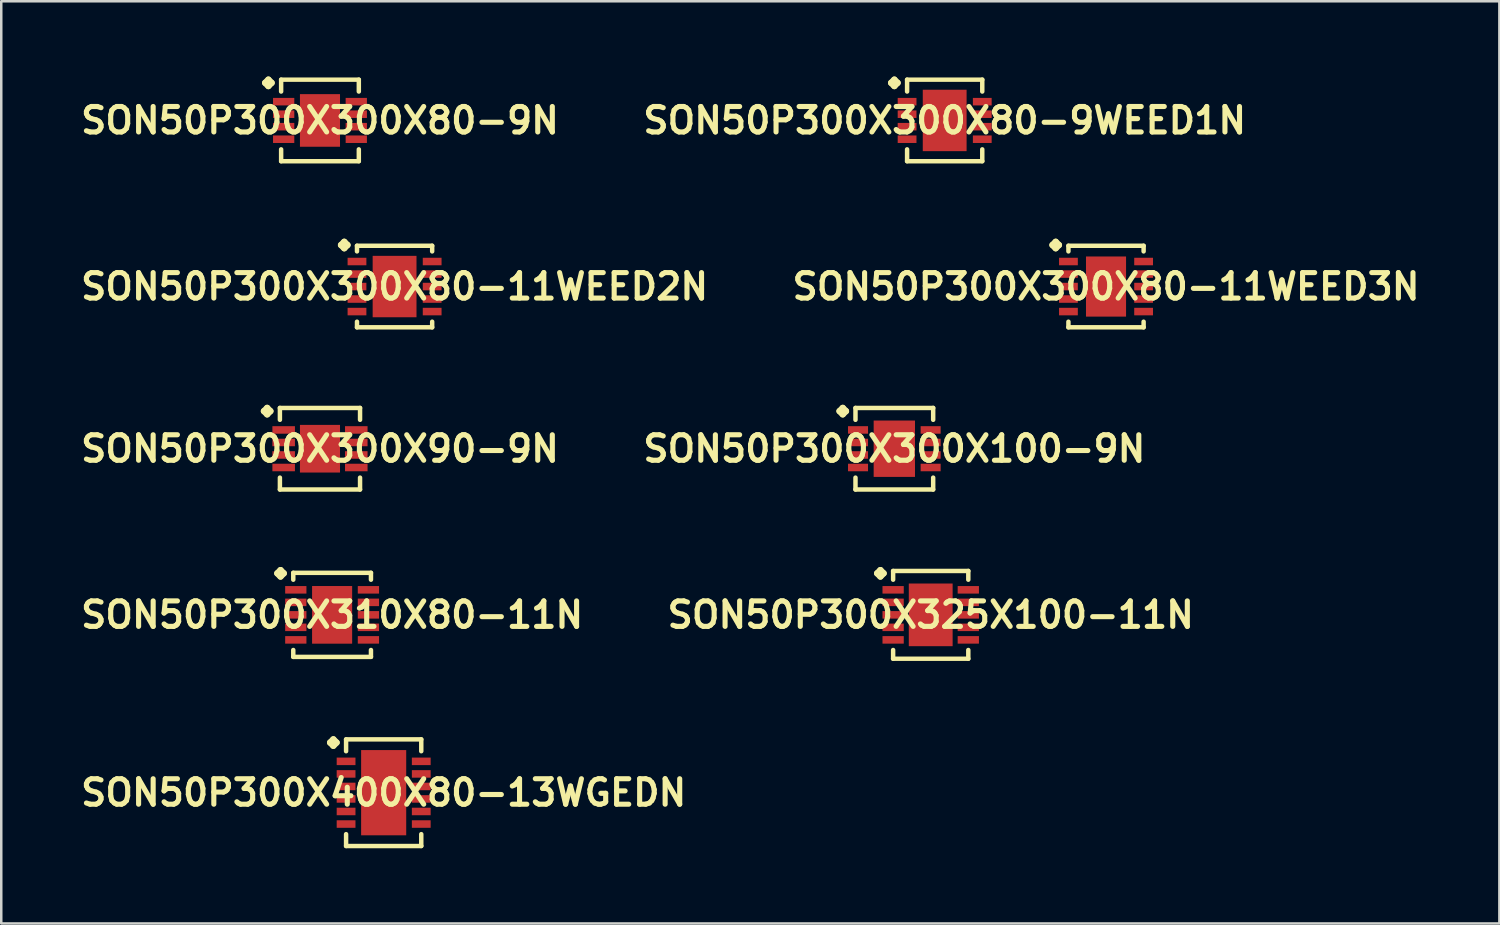
<source format=kicad_pcb>
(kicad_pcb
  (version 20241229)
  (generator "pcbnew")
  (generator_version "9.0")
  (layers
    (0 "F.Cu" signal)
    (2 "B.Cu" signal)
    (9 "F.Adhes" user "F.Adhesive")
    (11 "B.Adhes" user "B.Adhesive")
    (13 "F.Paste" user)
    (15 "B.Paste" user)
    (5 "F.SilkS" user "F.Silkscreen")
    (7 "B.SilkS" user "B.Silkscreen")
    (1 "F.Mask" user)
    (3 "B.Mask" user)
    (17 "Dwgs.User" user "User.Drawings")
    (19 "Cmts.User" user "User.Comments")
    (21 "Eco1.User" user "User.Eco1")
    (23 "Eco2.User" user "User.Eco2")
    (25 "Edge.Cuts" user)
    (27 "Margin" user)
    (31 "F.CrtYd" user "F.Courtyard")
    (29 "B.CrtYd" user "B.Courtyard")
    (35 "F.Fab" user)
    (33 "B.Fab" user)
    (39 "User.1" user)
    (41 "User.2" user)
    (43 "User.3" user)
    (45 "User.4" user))
  (footprint "SON50P300X300X80-9WEED1N"
    (layer "F.Cu")
    (at 34.622 1.753)
    (property "Reference" "SON50P300X300X80-9WEED1N" (at 0 0 0) (layer "F.SilkS") (effects (font (size 1.016 1.016) (thickness 0.203))))
    (attr smd)
    (fp_line (start -2.134 -1.499) (end -2.007 -1.626) (stroke (width 0.254) (type solid)) (layer "F.SilkS"))
    (fp_line (start -2.007 -1.626) (end -1.88 -1.499) (stroke (width 0.254) (type solid)) (layer "F.SilkS"))
    (fp_line (start -2.007 -1.372) (end -2.134 -1.499) (stroke (width 0.254) (type solid)) (layer "F.SilkS"))
    (fp_line (start -1.88 -1.499) (end -2.007 -1.372) (stroke (width 0.254) (type solid)) (layer "F.SilkS"))
    (fp_line (start -1.499 -1.626) (end 1.499 -1.626) (stroke (width 0.178) (type solid)) (layer "F.SilkS"))
    (fp_line (start -1.499 -1.153) (end -1.499 -1.626) (stroke (width 0.178) (type solid)) (layer "F.SilkS"))
    (fp_line (start -1.499 1.153) (end -1.499 1.626) (stroke (width 0.178) (type solid)) (layer "F.SilkS"))
    (fp_line (start -1.499 1.626) (end 1.499 1.626) (stroke (width 0.178) (type solid)) (layer "F.SilkS"))
    (fp_line (start 1.499 -1.626) (end 1.499 -1.153) (stroke (width 0.178) (type solid)) (layer "F.SilkS"))
    (fp_line (start 1.499 1.626) (end 1.499 1.153) (stroke (width 0.178) (type solid)) (layer "F.SilkS"))
    (pad "1" smd rect (at -1.499 -0.749) (size 0.749 0.3) (layers "F.Cu" "F.Mask" "F.Paste"))
    (pad "2" smd rect (at -1.499 -0.249) (size 0.749 0.3) (layers "F.Cu" "F.Mask" "F.Paste"))
    (pad "3" smd rect (at -1.499 0.249) (size 0.749 0.3) (layers "F.Cu" "F.Mask" "F.Paste"))
    (pad "4" smd rect (at -1.499 0.749) (size 0.749 0.3) (layers "F.Cu" "F.Mask" "F.Paste"))
    (pad "5" smd rect (at 1.499 0.749) (size 0.749 0.3) (layers "F.Cu" "F.Mask" "F.Paste"))
    (pad "6" smd rect (at 1.499 0.249) (size 0.749 0.3) (layers "F.Cu" "F.Mask" "F.Paste"))
    (pad "7" smd rect (at 1.499 -0.249) (size 0.749 0.3) (layers "F.Cu" "F.Mask" "F.Paste"))
    (pad "8" smd rect (at 1.499 -0.749) (size 0.749 0.3) (layers "F.Cu" "F.Mask" "F.Paste"))
    (pad "9" smd rect (at 0 0) (size 1.748 2.449) (layers "F.Cu" "F.Mask" "F.Paste")))
  (footprint "SON50P300X300X100-9N"
    (layer "F.Cu")
    (at 32.614 14.844)
    (property "Reference" "SON50P300X300X100-9N" (at 0 0 0) (layer "F.SilkS") (effects (font (size 1.016 1.016) (thickness 0.203))))
    (attr smd)
    (fp_line (start -2.184 -1.499) (end -2.057 -1.626) (stroke (width 0.254) (type solid)) (layer "F.SilkS"))
    (fp_line (start -2.057 -1.626) (end -1.93 -1.499) (stroke (width 0.254) (type solid)) (layer "F.SilkS"))
    (fp_line (start -2.057 -1.372) (end -2.184 -1.499) (stroke (width 0.254) (type solid)) (layer "F.SilkS"))
    (fp_line (start -1.93 -1.499) (end -2.057 -1.372) (stroke (width 0.254) (type solid)) (layer "F.SilkS"))
    (fp_line (start -1.549 -1.626) (end 1.549 -1.626) (stroke (width 0.178) (type solid)) (layer "F.SilkS"))
    (fp_line (start -1.549 -1.153) (end -1.549 -1.626) (stroke (width 0.178) (type solid)) (layer "F.SilkS"))
    (fp_line (start -1.549 1.153) (end -1.549 1.626) (stroke (width 0.178) (type solid)) (layer "F.SilkS"))
    (fp_line (start -1.549 1.626) (end 1.549 1.626) (stroke (width 0.178) (type solid)) (layer "F.SilkS"))
    (fp_line (start 1.549 -1.626) (end 1.549 -1.153) (stroke (width 0.178) (type solid)) (layer "F.SilkS"))
    (fp_line (start 1.549 1.626) (end 1.549 1.153) (stroke (width 0.178) (type solid)) (layer "F.SilkS"))
    (pad "1" smd rect (at -1.448 -0.749) (size 0.798 0.3) (layers "F.Cu" "F.Mask" "F.Paste"))
    (pad "2" smd rect (at -1.448 -0.249) (size 0.798 0.3) (layers "F.Cu" "F.Mask" "F.Paste"))
    (pad "3" smd rect (at -1.448 0.249) (size 0.798 0.3) (layers "F.Cu" "F.Mask" "F.Paste"))
    (pad "4" smd rect (at -1.448 0.749) (size 0.798 0.3) (layers "F.Cu" "F.Mask" "F.Paste"))
    (pad "5" smd rect (at 1.448 0.749) (size 0.798 0.3) (layers "F.Cu" "F.Mask" "F.Paste"))
    (pad "6" smd rect (at 1.448 0.249) (size 0.798 0.3) (layers "F.Cu" "F.Mask" "F.Paste"))
    (pad "7" smd rect (at 1.448 -0.249) (size 0.798 0.3) (layers "F.Cu" "F.Mask" "F.Paste"))
    (pad "8" smd rect (at 1.448 -0.749) (size 0.798 0.3) (layers "F.Cu" "F.Mask" "F.Paste"))
    (pad "9" smd rect (at 0 0) (size 1.648 2.248) (layers "F.Cu" "F.Mask" "F.Paste")))
  (footprint "SON50P300X300X80-11WEED3N"
    (layer "F.Cu")
    (at 41.056 8.377)
    (property "Reference" "SON50P300X300X80-11WEED3N" (at 0 0 0) (layer "F.SilkS") (effects (font (size 1.016 1.016) (thickness 0.203))))
    (attr smd)
    (fp_line (start -2.134 -1.656) (end -2.007 -1.783) (stroke (width 0.254) (type solid)) (layer "F.SilkS"))
    (fp_line (start -2.007 -1.783) (end -1.88 -1.656) (stroke (width 0.254) (type solid)) (layer "F.SilkS"))
    (fp_line (start -2.007 -1.529) (end -2.134 -1.656) (stroke (width 0.254) (type solid)) (layer "F.SilkS"))
    (fp_line (start -1.88 -1.656) (end -2.007 -1.529) (stroke (width 0.254) (type solid)) (layer "F.SilkS"))
    (fp_line (start -1.499 -1.626) (end 1.499 -1.626) (stroke (width 0.178) (type solid)) (layer "F.SilkS"))
    (fp_line (start -1.499 -1.402) (end -1.499 -1.626) (stroke (width 0.178) (type solid)) (layer "F.SilkS"))
    (fp_line (start -1.499 1.402) (end -1.499 1.626) (stroke (width 0.178) (type solid)) (layer "F.SilkS"))
    (fp_line (start -1.499 1.626) (end 1.499 1.626) (stroke (width 0.178) (type solid)) (layer "F.SilkS"))
    (fp_line (start 1.499 -1.626) (end 1.499 -1.402) (stroke (width 0.178) (type solid)) (layer "F.SilkS"))
    (fp_line (start 1.499 1.626) (end 1.499 1.402) (stroke (width 0.178) (type solid)) (layer "F.SilkS"))
    (pad "1" smd rect (at -1.499 -0.998) (size 0.749 0.3) (layers "F.Cu" "F.Mask" "F.Paste"))
    (pad "2" smd rect (at -1.499 -0.498) (size 0.749 0.3) (layers "F.Cu" "F.Mask" "F.Paste"))
    (pad "3" smd rect (at -1.499 0) (size 0.749 0.3) (layers "F.Cu" "F.Mask" "F.Paste"))
    (pad "4" smd rect (at -1.499 0.498) (size 0.749 0.3) (layers "F.Cu" "F.Mask" "F.Paste"))
    (pad "5" smd rect (at -1.499 0.998) (size 0.749 0.3) (layers "F.Cu" "F.Mask" "F.Paste"))
    (pad "6" smd rect (at 1.499 0.998) (size 0.749 0.3) (layers "F.Cu" "F.Mask" "F.Paste"))
    (pad "7" smd rect (at 1.499 0.498) (size 0.749 0.3) (layers "F.Cu" "F.Mask" "F.Paste"))
    (pad "8" smd rect (at 1.499 0) (size 0.749 0.3) (layers "F.Cu" "F.Mask" "F.Paste"))
    (pad "9" smd rect (at 1.499 -0.498) (size 0.749 0.3) (layers "F.Cu" "F.Mask" "F.Paste"))
    (pad "10" smd rect (at 1.499 -0.998) (size 0.749 0.3) (layers "F.Cu" "F.Mask" "F.Paste"))
    (pad "11" smd rect (at 0 0) (size 1.598 2.398) (layers "F.Cu" "F.Mask" "F.Paste")))
  (footprint "SON50P300X310X80-11N"
    (layer "F.Cu")
    (at 10.194 21.469)
    (property "Reference" "SON50P300X310X80-11N" (at 0 0 0) (layer "F.SilkS") (effects (font (size 1.016 1.016) (thickness 0.203))))
    (attr smd)
    (fp_line (start -2.184 -1.656) (end -2.057 -1.783) (stroke (width 0.254) (type solid)) (layer "F.SilkS"))
    (fp_line (start -2.057 -1.783) (end -1.93 -1.656) (stroke (width 0.254) (type solid)) (layer "F.SilkS"))
    (fp_line (start -2.057 -1.529) (end -2.184 -1.656) (stroke (width 0.254) (type solid)) (layer "F.SilkS"))
    (fp_line (start -1.93 -1.656) (end -2.057 -1.529) (stroke (width 0.254) (type solid)) (layer "F.SilkS"))
    (fp_line (start -1.549 -1.676) (end 1.549 -1.676) (stroke (width 0.178) (type solid)) (layer "F.SilkS"))
    (fp_line (start -1.549 -1.402) (end -1.549 -1.676) (stroke (width 0.178) (type solid)) (layer "F.SilkS"))
    (fp_line (start -1.549 1.402) (end -1.549 1.676) (stroke (width 0.178) (type solid)) (layer "F.SilkS"))
    (fp_line (start -1.549 1.676) (end 1.549 1.676) (stroke (width 0.178) (type solid)) (layer "F.SilkS"))
    (fp_line (start 1.549 -1.676) (end 1.549 -1.402) (stroke (width 0.178) (type solid)) (layer "F.SilkS"))
    (fp_line (start 1.549 1.676) (end 1.549 1.402) (stroke (width 0.178) (type solid)) (layer "F.SilkS"))
    (pad "1" smd rect (at -1.448 -0.998) (size 0.848 0.3) (layers "F.Cu" "F.Mask" "F.Paste"))
    (pad "2" smd rect (at -1.448 -0.498) (size 0.848 0.3) (layers "F.Cu" "F.Mask" "F.Paste"))
    (pad "3" smd rect (at -1.448 0) (size 0.848 0.3) (layers "F.Cu" "F.Mask" "F.Paste"))
    (pad "4" smd rect (at -1.448 0.498) (size 0.848 0.3) (layers "F.Cu" "F.Mask" "F.Paste"))
    (pad "5" smd rect (at -1.448 0.998) (size 0.848 0.3) (layers "F.Cu" "F.Mask" "F.Paste"))
    (pad "6" smd rect (at 1.448 0.998) (size 0.848 0.3) (layers "F.Cu" "F.Mask" "F.Paste"))
    (pad "7" smd rect (at 1.448 0.498) (size 0.848 0.3) (layers "F.Cu" "F.Mask" "F.Paste"))
    (pad "8" smd rect (at 1.448 0) (size 0.848 0.3) (layers "F.Cu" "F.Mask" "F.Paste"))
    (pad "9" smd rect (at 1.448 -0.498) (size 0.848 0.3) (layers "F.Cu" "F.Mask" "F.Paste"))
    (pad "10" smd rect (at 1.448 -0.998) (size 0.848 0.3) (layers "F.Cu" "F.Mask" "F.Paste"))
    (pad "11" smd rect (at 0 0) (size 1.598 2.299) (layers "F.Cu" "F.Mask" "F.Paste")))
  (footprint "SON50P300X300X90-9N"
    (layer "F.Cu")
    (at 9.71 14.844)
    (property "Reference" "SON50P300X300X90-9N" (at 0 0 0) (layer "F.SilkS") (effects (font (size 1.016 1.016) (thickness 0.203))))
    (attr smd)
    (fp_line (start -2.233 -1.499) (end -2.106 -1.626) (stroke (width 0.254) (type solid)) (layer "F.SilkS"))
    (fp_line (start -2.106 -1.626) (end -1.979 -1.499) (stroke (width 0.254) (type solid)) (layer "F.SilkS"))
    (fp_line (start -2.106 -1.372) (end -2.233 -1.499) (stroke (width 0.254) (type solid)) (layer "F.SilkS"))
    (fp_line (start -1.979 -1.499) (end -2.106 -1.372) (stroke (width 0.254) (type solid)) (layer "F.SilkS"))
    (fp_line (start -1.598 -1.626) (end 1.598 -1.626) (stroke (width 0.178) (type solid)) (layer "F.SilkS"))
    (fp_line (start -1.598 -1.153) (end -1.598 -1.626) (stroke (width 0.178) (type solid)) (layer "F.SilkS"))
    (fp_line (start -1.598 1.153) (end -1.598 1.626) (stroke (width 0.178) (type solid)) (layer "F.SilkS"))
    (fp_line (start -1.598 1.626) (end 1.598 1.626) (stroke (width 0.178) (type solid)) (layer "F.SilkS"))
    (fp_line (start 1.598 -1.626) (end 1.598 -1.153) (stroke (width 0.178) (type solid)) (layer "F.SilkS"))
    (fp_line (start 1.598 1.626) (end 1.598 1.153) (stroke (width 0.178) (type solid)) (layer "F.SilkS"))
    (pad "1" smd rect (at -1.448 -0.749) (size 0.899 0.3) (layers "F.Cu" "F.Mask" "F.Paste"))
    (pad "2" smd rect (at -1.448 -0.249) (size 0.899 0.3) (layers "F.Cu" "F.Mask" "F.Paste"))
    (pad "3" smd rect (at -1.448 0.249) (size 0.899 0.3) (layers "F.Cu" "F.Mask" "F.Paste"))
    (pad "4" smd rect (at -1.448 0.749) (size 0.899 0.3) (layers "F.Cu" "F.Mask" "F.Paste"))
    (pad "5" smd rect (at 1.448 0.749) (size 0.899 0.3) (layers "F.Cu" "F.Mask" "F.Paste"))
    (pad "6" smd rect (at 1.448 0.249) (size 0.899 0.3) (layers "F.Cu" "F.Mask" "F.Paste"))
    (pad "7" smd rect (at 1.448 -0.249) (size 0.899 0.3) (layers "F.Cu" "F.Mask" "F.Paste"))
    (pad "8" smd rect (at 1.448 -0.749) (size 0.899 0.3) (layers "F.Cu" "F.Mask" "F.Paste"))
    (pad "9" smd rect (at 0 0) (size 1.598 1.9) (layers "F.Cu" "F.Mask" "F.Paste")))
  (footprint "SON50P300X300X80-11WEED2N"
    (layer "F.Cu")
    (at 12.685 8.377)
    (property "Reference" "SON50P300X300X80-11WEED2N" (at 0 0 0) (layer "F.SilkS") (effects (font (size 1.016 1.016) (thickness 0.203))))
    (attr smd)
    (fp_line (start -2.134 -1.656) (end -2.007 -1.783) (stroke (width 0.254) (type solid)) (layer "F.SilkS"))
    (fp_line (start -2.007 -1.783) (end -1.88 -1.656) (stroke (width 0.254) (type solid)) (layer "F.SilkS"))
    (fp_line (start -2.007 -1.529) (end -2.134 -1.656) (stroke (width 0.254) (type solid)) (layer "F.SilkS"))
    (fp_line (start -1.88 -1.656) (end -2.007 -1.529) (stroke (width 0.254) (type solid)) (layer "F.SilkS"))
    (fp_line (start -1.499 -1.626) (end 1.499 -1.626) (stroke (width 0.178) (type solid)) (layer "F.SilkS"))
    (fp_line (start -1.499 -1.402) (end -1.499 -1.626) (stroke (width 0.178) (type solid)) (layer "F.SilkS"))
    (fp_line (start -1.499 1.402) (end -1.499 1.626) (stroke (width 0.178) (type solid)) (layer "F.SilkS"))
    (fp_line (start -1.499 1.626) (end 1.499 1.626) (stroke (width 0.178) (type solid)) (layer "F.SilkS"))
    (fp_line (start 1.499 -1.626) (end 1.499 -1.402) (stroke (width 0.178) (type solid)) (layer "F.SilkS"))
    (fp_line (start 1.499 1.626) (end 1.499 1.402) (stroke (width 0.178) (type solid)) (layer "F.SilkS"))
    (pad "1" smd rect (at -1.499 -0.998) (size 0.749 0.3) (layers "F.Cu" "F.Mask" "F.Paste"))
    (pad "2" smd rect (at -1.499 -0.498) (size 0.749 0.3) (layers "F.Cu" "F.Mask" "F.Paste"))
    (pad "3" smd rect (at -1.499 0) (size 0.749 0.3) (layers "F.Cu" "F.Mask" "F.Paste"))
    (pad "4" smd rect (at -1.499 0.498) (size 0.749 0.3) (layers "F.Cu" "F.Mask" "F.Paste"))
    (pad "5" smd rect (at -1.499 0.998) (size 0.749 0.3) (layers "F.Cu" "F.Mask" "F.Paste"))
    (pad "6" smd rect (at 1.499 0.998) (size 0.749 0.3) (layers "F.Cu" "F.Mask" "F.Paste"))
    (pad "7" smd rect (at 1.499 0.498) (size 0.749 0.3) (layers "F.Cu" "F.Mask" "F.Paste"))
    (pad "8" smd rect (at 1.499 0) (size 0.749 0.3) (layers "F.Cu" "F.Mask" "F.Paste"))
    (pad "9" smd rect (at 1.499 -0.498) (size 0.749 0.3) (layers "F.Cu" "F.Mask" "F.Paste"))
    (pad "10" smd rect (at 1.499 -0.998) (size 0.749 0.3) (layers "F.Cu" "F.Mask" "F.Paste"))
    (pad "11" smd rect (at 0 0) (size 1.748 2.449) (layers "F.Cu" "F.Mask" "F.Paste")))
  (footprint "SON50P300X400X80-13WGEDN"
    (layer "F.Cu")
    (at 12.25 28.561)
    (property "Reference" "SON50P300X400X80-13WGEDN" (at 0 0 0) (layer "F.SilkS") (effects (font (size 1.016 1.016) (thickness 0.203))))
    (attr smd)
    (fp_line (start -2.134 -1.999) (end -2.007 -2.126) (stroke (width 0.254) (type solid)) (layer "F.SilkS"))
    (fp_line (start -2.007 -2.126) (end -1.88 -1.999) (stroke (width 0.254) (type solid)) (layer "F.SilkS"))
    (fp_line (start -2.007 -1.872) (end -2.134 -1.999) (stroke (width 0.254) (type solid)) (layer "F.SilkS"))
    (fp_line (start -1.88 -1.999) (end -2.007 -1.872) (stroke (width 0.254) (type solid)) (layer "F.SilkS"))
    (fp_line (start -1.499 -2.126) (end 1.499 -2.126) (stroke (width 0.178) (type solid)) (layer "F.SilkS"))
    (fp_line (start -1.499 -1.654) (end -1.499 -2.126) (stroke (width 0.178) (type solid)) (layer "F.SilkS"))
    (fp_line (start -1.499 1.654) (end -1.499 2.126) (stroke (width 0.178) (type solid)) (layer "F.SilkS"))
    (fp_line (start -1.499 2.126) (end 1.499 2.126) (stroke (width 0.178) (type solid)) (layer "F.SilkS"))
    (fp_line (start 1.499 -2.126) (end 1.499 -1.654) (stroke (width 0.178) (type solid)) (layer "F.SilkS"))
    (fp_line (start 1.499 2.126) (end 1.499 1.654) (stroke (width 0.178) (type solid)) (layer "F.SilkS"))
    (pad "1" smd rect (at -1.499 -1.25) (size 0.749 0.3) (layers "F.Cu" "F.Mask" "F.Paste"))
    (pad "2" smd rect (at -1.499 -0.749) (size 0.749 0.3) (layers "F.Cu" "F.Mask" "F.Paste"))
    (pad "3" smd rect (at -1.499 -0.249) (size 0.749 0.3) (layers "F.Cu" "F.Mask" "F.Paste"))
    (pad "4" smd rect (at -1.499 0.249) (size 0.749 0.3) (layers "F.Cu" "F.Mask" "F.Paste"))
    (pad "5" smd rect (at -1.499 0.749) (size 0.749 0.3) (layers "F.Cu" "F.Mask" "F.Paste"))
    (pad "6" smd rect (at -1.499 1.25) (size 0.749 0.3) (layers "F.Cu" "F.Mask" "F.Paste"))
    (pad "7" smd rect (at 1.499 1.25) (size 0.749 0.3) (layers "F.Cu" "F.Mask" "F.Paste"))
    (pad "8" smd rect (at 1.499 0.749) (size 0.749 0.3) (layers "F.Cu" "F.Mask" "F.Paste"))
    (pad "9" smd rect (at 1.499 0.249) (size 0.749 0.3) (layers "F.Cu" "F.Mask" "F.Paste"))
    (pad "10" smd rect (at 1.499 -0.249) (size 0.749 0.3) (layers "F.Cu" "F.Mask" "F.Paste"))
    (pad "11" smd rect (at 1.499 -0.749) (size 0.749 0.3) (layers "F.Cu" "F.Mask" "F.Paste"))
    (pad "12" smd rect (at 1.499 -1.25) (size 0.749 0.3) (layers "F.Cu" "F.Mask" "F.Paste"))
    (pad "13" smd rect (at 0 0) (size 1.798 3.399) (layers "F.Cu" "F.Mask" "F.Paste")))
  (footprint "SON50P300X300X80-9N"
    (layer "F.Cu")
    (at 9.71 1.753)
    (property "Reference" "SON50P300X300X80-9N" (at 0 0 0) (layer "F.SilkS") (effects (font (size 1.016 1.016) (thickness 0.203))))
    (attr smd)
    (fp_line (start -2.184 -1.499) (end -2.057 -1.626) (stroke (width 0.254) (type solid)) (layer "F.SilkS"))
    (fp_line (start -2.057 -1.626) (end -1.93 -1.499) (stroke (width 0.254) (type solid)) (layer "F.SilkS"))
    (fp_line (start -2.057 -1.372) (end -2.184 -1.499) (stroke (width 0.254) (type solid)) (layer "F.SilkS"))
    (fp_line (start -1.93 -1.499) (end -2.057 -1.372) (stroke (width 0.254) (type solid)) (layer "F.SilkS"))
    (fp_line (start -1.549 -1.626) (end 1.549 -1.626) (stroke (width 0.178) (type solid)) (layer "F.SilkS"))
    (fp_line (start -1.549 -1.153) (end -1.549 -1.626) (stroke (width 0.178) (type solid)) (layer "F.SilkS"))
    (fp_line (start -1.549 1.153) (end -1.549 1.626) (stroke (width 0.178) (type solid)) (layer "F.SilkS"))
    (fp_line (start -1.549 1.626) (end 1.549 1.626) (stroke (width 0.178) (type solid)) (layer "F.SilkS"))
    (fp_line (start 1.549 -1.626) (end 1.549 -1.153) (stroke (width 0.178) (type solid)) (layer "F.SilkS"))
    (fp_line (start 1.549 1.626) (end 1.549 1.153) (stroke (width 0.178) (type solid)) (layer "F.SilkS"))
    (pad "1" smd rect (at -1.448 -0.749) (size 0.848 0.3) (layers "F.Cu" "F.Mask" "F.Paste"))
    (pad "2" smd rect (at -1.448 -0.249) (size 0.848 0.3) (layers "F.Cu" "F.Mask" "F.Paste"))
    (pad "3" smd rect (at -1.448 0.249) (size 0.848 0.3) (layers "F.Cu" "F.Mask" "F.Paste"))
    (pad "4" smd rect (at -1.448 0.749) (size 0.848 0.3) (layers "F.Cu" "F.Mask" "F.Paste"))
    (pad "5" smd rect (at 1.448 0.749) (size 0.848 0.3) (layers "F.Cu" "F.Mask" "F.Paste"))
    (pad "6" smd rect (at 1.448 0.249) (size 0.848 0.3) (layers "F.Cu" "F.Mask" "F.Paste"))
    (pad "7" smd rect (at 1.448 -0.249) (size 0.848 0.3) (layers "F.Cu" "F.Mask" "F.Paste"))
    (pad "8" smd rect (at 1.448 -0.749) (size 0.848 0.3) (layers "F.Cu" "F.Mask" "F.Paste"))
    (pad "9" smd rect (at 0 0) (size 1.598 2.098) (layers "F.Cu" "F.Mask" "F.Paste")))
  (footprint "SON50P300X325X100-11N"
    (layer "F.Cu")
    (at 34.065 21.469)
    (property "Reference" "SON50P300X325X100-11N" (at 0 0 0) (layer "F.SilkS") (effects (font (size 1.016 1.016) (thickness 0.203))))
    (attr smd)
    (fp_line (start -2.134 -1.656) (end -2.007 -1.783) (stroke (width 0.254) (type solid)) (layer "F.SilkS"))
    (fp_line (start -2.007 -1.783) (end -1.88 -1.656) (stroke (width 0.254) (type solid)) (layer "F.SilkS"))
    (fp_line (start -2.007 -1.529) (end -2.134 -1.656) (stroke (width 0.254) (type solid)) (layer "F.SilkS"))
    (fp_line (start -1.88 -1.656) (end -2.007 -1.529) (stroke (width 0.254) (type solid)) (layer "F.SilkS"))
    (fp_line (start -1.499 -1.75) (end 1.499 -1.75) (stroke (width 0.178) (type solid)) (layer "F.SilkS"))
    (fp_line (start -1.499 -1.402) (end -1.499 -1.75) (stroke (width 0.178) (type solid)) (layer "F.SilkS"))
    (fp_line (start -1.499 1.402) (end -1.499 1.75) (stroke (width 0.178) (type solid)) (layer "F.SilkS"))
    (fp_line (start -1.499 1.75) (end 1.499 1.75) (stroke (width 0.178) (type solid)) (layer "F.SilkS"))
    (fp_line (start 1.499 -1.75) (end 1.499 -1.402) (stroke (width 0.178) (type solid)) (layer "F.SilkS"))
    (fp_line (start 1.499 1.75) (end 1.499 1.402) (stroke (width 0.178) (type solid)) (layer "F.SilkS"))
    (pad "1" smd rect (at -1.499 -0.998) (size 0.848 0.3) (layers "F.Cu" "F.Mask" "F.Paste"))
    (pad "2" smd rect (at -1.499 -0.498) (size 0.848 0.3) (layers "F.Cu" "F.Mask" "F.Paste"))
    (pad "3" smd rect (at -1.499 0) (size 0.848 0.3) (layers "F.Cu" "F.Mask" "F.Paste"))
    (pad "4" smd rect (at -1.499 0.498) (size 0.848 0.3) (layers "F.Cu" "F.Mask" "F.Paste"))
    (pad "5" smd rect (at -1.499 0.998) (size 0.848 0.3) (layers "F.Cu" "F.Mask" "F.Paste"))
    (pad "6" smd rect (at 1.499 0.998) (size 0.848 0.3) (layers "F.Cu" "F.Mask" "F.Paste"))
    (pad "7" smd rect (at 1.499 0.498) (size 0.848 0.3) (layers "F.Cu" "F.Mask" "F.Paste"))
    (pad "8" smd rect (at 1.499 0) (size 0.848 0.3) (layers "F.Cu" "F.Mask" "F.Paste"))
    (pad "9" smd rect (at 1.499 -0.498) (size 0.848 0.3) (layers "F.Cu" "F.Mask" "F.Paste"))
    (pad "10" smd rect (at 1.499 -0.998) (size 0.848 0.3) (layers "F.Cu" "F.Mask" "F.Paste"))
    (pad "11" smd rect (at 0 0) (size 1.748 2.499) (layers "F.Cu" "F.Mask" "F.Paste")))
  (gr_rect
    (start -3 -3)
    (end 56.742 33.776)
    (stroke (width 0.1) (type default))
    (fill no)
    (layer "Edge.Cuts")))
</source>
